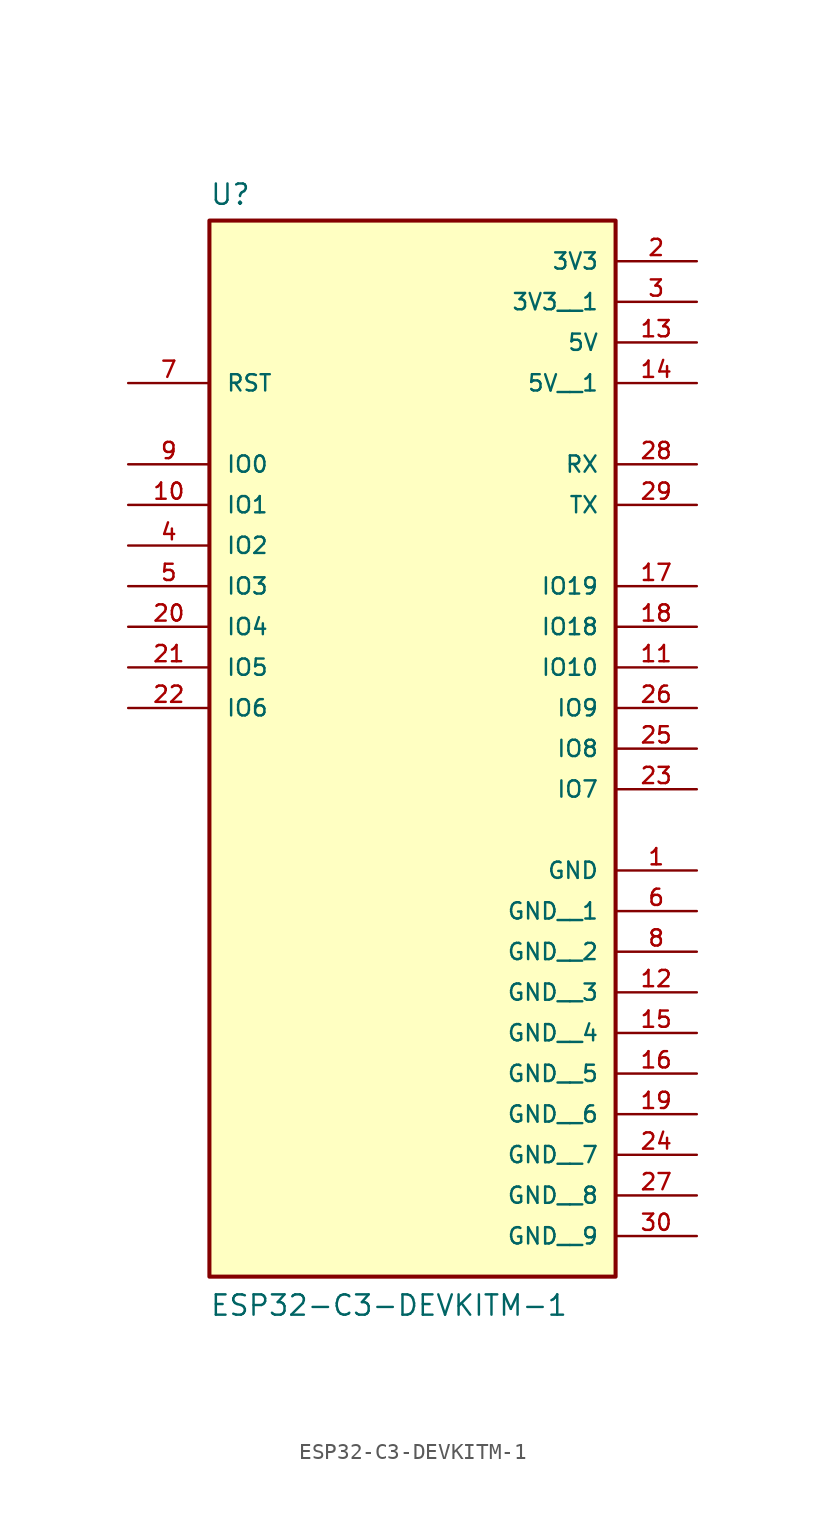
<source format=kicad_sym>
(kicad_symbol_lib
  (version 20211014)
  (generator kicad_symbol_editor)
  (symbol "ESP32-C3-DEVKITM-1"
    (pin_names
      (offset 1.016))
    (property "Reference" "U"
      (at -12.7 18.669 0)
      (effects (font (size 1.27 1.27)) (justify bottom left)))
    (property "Value" "ESP32-C3-DEVKITM-1"
      (at -12.7 -50.8 0)
      (effects (font (size 1.27 1.27)) (justify bottom left)))
    (symbol "ESP32-C3-DEVKITM-1_0_0"
      (rectangle (start -12.7 -48.26) (end 12.7 17.78) (stroke (width 0.254)) (fill (type background)))
      (pin power_in line (at 17.78 15.24 180.0) (length 5.08) (name "3V3" (effects (font (size 1.016 1.016)))) (number "2" (effects (font (size 1.016 1.016)))))
      (pin input line (at -17.78 7.62 0) (length 5.08) (name "RST" (effects (font (size 1.016 1.016)))) (number "7" (effects (font (size 1.016 1.016)))))
      (pin power_in line (at 17.78 -22.86 180.0) (length 5.08) (name "GND" (effects (font (size 1.016 1.016)))) (number "1" (effects (font (size 1.016 1.016)))))
      (pin bidirectional line (at 17.78 -12.7 180.0) (length 5.08) (name "IO9" (effects (font (size 1.016 1.016)))) (number "26" (effects (font (size 1.016 1.016)))))
      (pin bidirectional line (at 17.78 -10.16 180.0) (length 5.08) (name "IO10" (effects (font (size 1.016 1.016)))) (number "11" (effects (font (size 1.016 1.016)))))
      (pin power_in line (at 17.78 10.16 180.0) (length 5.08) (name "5V" (effects (font (size 1.016 1.016)))) (number "13" (effects (font (size 1.016 1.016)))))
      (pin bidirectional line (at -17.78 -12.7 0) (length 5.08) (name "IO6" (effects (font (size 1.016 1.016)))) (number "22" (effects (font (size 1.016 1.016)))))
      (pin bidirectional line (at 17.78 -17.78 180.0) (length 5.08) (name "IO7" (effects (font (size 1.016 1.016)))) (number "23" (effects (font (size 1.016 1.016)))))
      (pin bidirectional line (at 17.78 -15.24 180.0) (length 5.08) (name "IO8" (effects (font (size 1.016 1.016)))) (number "25" (effects (font (size 1.016 1.016)))))
      (pin bidirectional line (at -17.78 -2.54 0) (length 5.08) (name "IO2" (effects (font (size 1.016 1.016)))) (number "4" (effects (font (size 1.016 1.016)))))
      (pin bidirectional line (at -17.78 2.54 0) (length 5.08) (name "IO0" (effects (font (size 1.016 1.016)))) (number "9" (effects (font (size 1.016 1.016)))))
      (pin bidirectional line (at -17.78 -7.62 0) (length 5.08) (name "IO4" (effects (font (size 1.016 1.016)))) (number "20" (effects (font (size 1.016 1.016)))))
      (pin bidirectional line (at -17.78 -10.16 0) (length 5.08) (name "IO5" (effects (font (size 1.016 1.016)))) (number "21" (effects (font (size 1.016 1.016)))))
      (pin bidirectional line (at 17.78 -7.62 180.0) (length 5.08) (name "IO18" (effects (font (size 1.016 1.016)))) (number "18" (effects (font (size 1.016 1.016)))))
      (pin bidirectional line (at 17.78 -5.08 180.0) (length 5.08) (name "IO19" (effects (font (size 1.016 1.016)))) (number "17" (effects (font (size 1.016 1.016)))))
      (pin bidirectional line (at 17.78 2.54 180.0) (length 5.08) (name "RX" (effects (font (size 1.016 1.016)))) (number "28" (effects (font (size 1.016 1.016)))))
      (pin bidirectional line (at -17.78 -5.08 0) (length 5.08) (name "IO3" (effects (font (size 1.016 1.016)))) (number "5" (effects (font (size 1.016 1.016)))))
      (pin bidirectional line (at -17.78 0.0 0) (length 5.08) (name "IO1" (effects (font (size 1.016 1.016)))) (number "10" (effects (font (size 1.016 1.016)))))
      (pin bidirectional line (at 17.78 0.0 180.0) (length 5.08) (name "TX" (effects (font (size 1.016 1.016)))) (number "29" (effects (font (size 1.016 1.016)))))
      (pin power_in line (at 17.78 12.7 180.0) (length 5.08) (name "3V3__1" (effects (font (size 1.016 1.016)))) (number "3" (effects (font (size 1.016 1.016)))))
      (pin power_in line (at 17.78 7.62 180.0) (length 5.08) (name "5V__1" (effects (font (size 1.016 1.016)))) (number "14" (effects (font (size 1.016 1.016)))))
      (pin power_in line (at 17.78 -25.4 180.0) (length 5.08) (name "GND__1" (effects (font (size 1.016 1.016)))) (number "6" (effects (font (size 1.016 1.016)))))
      (pin power_in line (at 17.78 -27.94 180.0) (length 5.08) (name "GND__2" (effects (font (size 1.016 1.016)))) (number "8" (effects (font (size 1.016 1.016)))))
      (pin power_in line (at 17.78 -30.48 180.0) (length 5.08) (name "GND__3" (effects (font (size 1.016 1.016)))) (number "12" (effects (font (size 1.016 1.016)))))
      (pin power_in line (at 17.78 -33.02 180.0) (length 5.08) (name "GND__4" (effects (font (size 1.016 1.016)))) (number "15" (effects (font (size 1.016 1.016)))))
      (pin power_in line (at 17.78 -35.56 180.0) (length 5.08) (name "GND__5" (effects (font (size 1.016 1.016)))) (number "16" (effects (font (size 1.016 1.016)))))
      (pin power_in line (at 17.78 -38.1 180.0) (length 5.08) (name "GND__6" (effects (font (size 1.016 1.016)))) (number "19" (effects (font (size 1.016 1.016)))))
      (pin power_in line (at 17.78 -40.64 180.0) (length 5.08) (name "GND__7" (effects (font (size 1.016 1.016)))) (number "24" (effects (font (size 1.016 1.016)))))
      (pin power_in line (at 17.78 -43.18 180.0) (length 5.08) (name "GND__8" (effects (font (size 1.016 1.016)))) (number "27" (effects (font (size 1.016 1.016)))))
      (pin power_in line (at 17.78 -45.72 180.0) (length 5.08) (name "GND__9" (effects (font (size 1.016 1.016)))) (number "30" (effects (font (size 1.016 1.016))))))))
</source>
